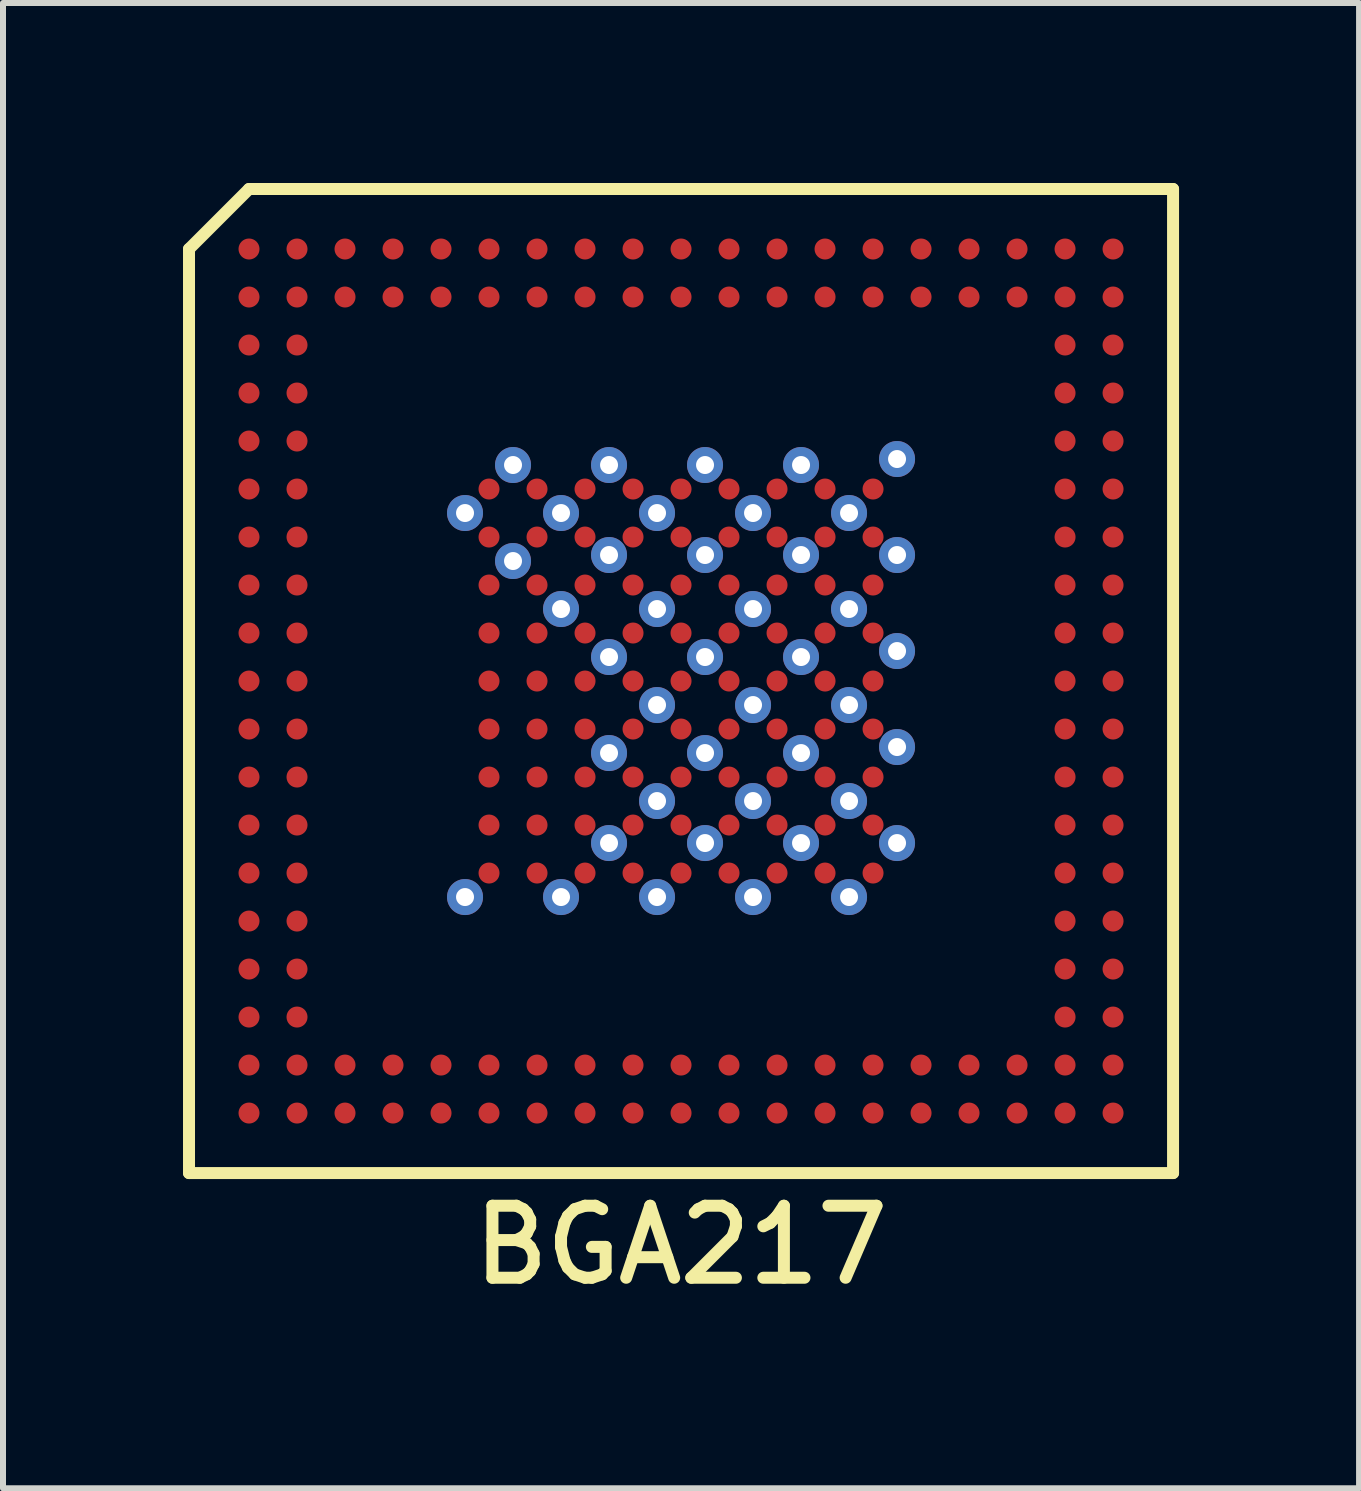
<source format=kicad_pcb>
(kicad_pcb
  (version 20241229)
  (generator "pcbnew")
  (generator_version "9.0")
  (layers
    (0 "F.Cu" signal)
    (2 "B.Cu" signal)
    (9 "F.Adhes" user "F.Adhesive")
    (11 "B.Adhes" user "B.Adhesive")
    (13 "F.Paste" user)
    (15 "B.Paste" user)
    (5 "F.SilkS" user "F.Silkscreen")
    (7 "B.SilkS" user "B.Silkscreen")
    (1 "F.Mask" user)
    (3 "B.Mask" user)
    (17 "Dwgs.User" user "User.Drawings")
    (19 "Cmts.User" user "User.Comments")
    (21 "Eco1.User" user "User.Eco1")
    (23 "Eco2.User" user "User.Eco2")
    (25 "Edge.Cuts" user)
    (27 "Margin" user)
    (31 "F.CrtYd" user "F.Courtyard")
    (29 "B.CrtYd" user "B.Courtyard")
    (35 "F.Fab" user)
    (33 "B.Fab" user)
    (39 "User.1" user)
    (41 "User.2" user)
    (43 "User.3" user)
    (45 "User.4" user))
  (footprint "BGA217"
    (layer "F.Cu")
    (at 8.3 8.3)
    (property "Reference" "BGA217" (at 0 9.4 0) (layer "F.SilkS") (effects (font (size 1.2 1.2) (thickness 0.2))))
    (attr through_hole)
    (fp_line (start -8.2 -7.2) (end -8.2 8.2) (stroke (width 0.2) (type solid)) (layer "F.SilkS"))
    (fp_line (start -8.2 8.2) (end 8.2 8.2) (stroke (width 0.2) (type solid)) (layer "F.SilkS"))
    (fp_line (start -7.2 -8.2) (end -8.2 -7.2) (stroke (width 0.2) (type solid)) (layer "F.SilkS"))
    (fp_line (start 8.2 -8.2) (end -7.2 -8.2) (stroke (width 0.2) (type solid)) (layer "F.SilkS"))
    (fp_line (start 8.2 8.2) (end 8.2 -8.2) (stroke (width 0.2) (type solid)) (layer "F.SilkS"))
    (pad "A1" smd circle (at -7.2 -7.2) (size 0.35 0.35) (layers "F.Cu" "F.Mask" "F.Paste"))
    (pad "A2" smd circle (at -6.4 -7.2) (size 0.35 0.35) (layers "F.Cu" "F.Mask" "F.Paste"))
    (pad "A3" smd circle (at -5.6 -7.2) (size 0.35 0.35) (layers "F.Cu" "F.Mask" "F.Paste"))
    (pad "A4" smd circle (at -4.8 -7.2) (size 0.35 0.35) (layers "F.Cu" "F.Mask" "F.Paste"))
    (pad "A5" smd circle (at -4 -7.2) (size 0.35 0.35) (layers "F.Cu" "F.Mask" "F.Paste"))
    (pad "A6" smd circle (at -3.2 -7.2) (size 0.35 0.35) (layers "F.Cu" "F.Mask" "F.Paste"))
    (pad "A7" smd circle (at -2.4 -7.2) (size 0.35 0.35) (layers "F.Cu" "F.Mask" "F.Paste"))
    (pad "A8" smd circle (at -1.6 -7.2) (size 0.35 0.35) (layers "F.Cu" "F.Mask" "F.Paste"))
    (pad "A9" smd circle (at -0.8 -7.2) (size 0.35 0.35) (layers "F.Cu" "F.Mask" "F.Paste"))
    (pad "A10" smd circle (at 0 -7.2) (size 0.35 0.35) (layers "F.Cu" "F.Mask" "F.Paste"))
    (pad "A11" smd circle (at 0.8 -7.2) (size 0.35 0.35) (layers "F.Cu" "F.Mask" "F.Paste"))
    (pad "A12" smd circle (at 1.6 -7.2) (size 0.35 0.35) (layers "F.Cu" "F.Mask" "F.Paste"))
    (pad "A13" smd circle (at 2.4 -7.2) (size 0.35 0.35) (layers "F.Cu" "F.Mask" "F.Paste"))
    (pad "A14" smd circle (at 3.2 -7.2) (size 0.35 0.35) (layers "F.Cu" "F.Mask" "F.Paste"))
    (pad "A15" smd circle (at 4 -7.2) (size 0.35 0.35) (layers "F.Cu" "F.Mask" "F.Paste"))
    (pad "A16" smd circle (at 4.8 -7.2) (size 0.35 0.35) (layers "F.Cu" "F.Mask" "F.Paste"))
    (pad "A17" smd circle (at 5.6 -7.2) (size 0.35 0.35) (layers "F.Cu" "F.Mask" "F.Paste"))
    (pad "A18" smd circle (at 6.4 -7.2) (size 0.35 0.35) (layers "F.Cu" "F.Mask" "F.Paste"))
    (pad "A19" smd circle (at 7.2 -7.2) (size 0.35 0.35) (layers "F.Cu" "F.Mask" "F.Paste"))
    (pad "B1" smd circle (at -7.2 -6.4) (size 0.35 0.35) (layers "F.Cu" "F.Mask" "F.Paste"))
    (pad "B2" smd circle (at -6.4 -6.4) (size 0.35 0.35) (layers "F.Cu" "F.Mask" "F.Paste"))
    (pad "B3" smd circle (at -5.6 -6.4) (size 0.35 0.35) (layers "F.Cu" "F.Mask" "F.Paste"))
    (pad "B4" smd circle (at -4.8 -6.4) (size 0.35 0.35) (layers "F.Cu" "F.Mask" "F.Paste"))
    (pad "B5" smd circle (at -4 -6.4) (size 0.35 0.35) (layers "F.Cu" "F.Mask" "F.Paste"))
    (pad "B6" smd circle (at -3.2 -6.4) (size 0.35 0.35) (layers "F.Cu" "F.Mask" "F.Paste"))
    (pad "B7" smd circle (at -2.4 -6.4) (size 0.35 0.35) (layers "F.Cu" "F.Mask" "F.Paste"))
    (pad "B8" smd circle (at -1.6 -6.4) (size 0.35 0.35) (layers "F.Cu" "F.Mask" "F.Paste"))
    (pad "B9" smd circle (at -0.8 -6.4) (size 0.35 0.35) (layers "F.Cu" "F.Mask" "F.Paste"))
    (pad "B10" smd circle (at 0 -6.4) (size 0.35 0.35) (layers "F.Cu" "F.Mask" "F.Paste"))
    (pad "B11" smd circle (at 0.8 -6.4) (size 0.35 0.35) (layers "F.Cu" "F.Mask" "F.Paste"))
    (pad "B12" smd circle (at 1.6 -6.4) (size 0.35 0.35) (layers "F.Cu" "F.Mask" "F.Paste"))
    (pad "B13" smd circle (at 2.4 -6.4) (size 0.35 0.35) (layers "F.Cu" "F.Mask" "F.Paste"))
    (pad "B14" smd circle (at 3.2 -6.4) (size 0.35 0.35) (layers "F.Cu" "F.Mask" "F.Paste"))
    (pad "B15" smd circle (at 4 -6.4) (size 0.35 0.35) (layers "F.Cu" "F.Mask" "F.Paste"))
    (pad "B16" smd circle (at 4.8 -6.4) (size 0.35 0.35) (layers "F.Cu" "F.Mask" "F.Paste"))
    (pad "B17" smd circle (at 5.6 -6.4) (size 0.35 0.35) (layers "F.Cu" "F.Mask" "F.Paste"))
    (pad "B18" smd circle (at 6.4 -6.4) (size 0.35 0.35) (layers "F.Cu" "F.Mask" "F.Paste"))
    (pad "B19" smd circle (at 7.2 -6.4) (size 0.35 0.35) (layers "F.Cu" "F.Mask" "F.Paste"))
    (pad "C1" smd circle (at -7.2 -5.6) (size 0.35 0.35) (layers "F.Cu" "F.Mask" "F.Paste"))
    (pad "C2" smd circle (at -6.4 -5.6) (size 0.35 0.35) (layers "F.Cu" "F.Mask" "F.Paste"))
    (pad "C18" smd circle (at 6.4 -5.6) (size 0.35 0.35) (layers "F.Cu" "F.Mask" "F.Paste"))
    (pad "C19" smd circle (at 7.2 -5.6) (size 0.35 0.35) (layers "F.Cu" "F.Mask" "F.Paste"))
    (pad "D1" smd circle (at -7.2 -4.8) (size 0.35 0.35) (layers "F.Cu" "F.Mask" "F.Paste"))
    (pad "D2" smd circle (at -6.4 -4.8) (size 0.35 0.35) (layers "F.Cu" "F.Mask" "F.Paste"))
    (pad "D18" smd circle (at 6.4 -4.8) (size 0.35 0.35) (layers "F.Cu" "F.Mask" "F.Paste"))
    (pad "D19" smd circle (at 7.2 -4.8) (size 0.35 0.35) (layers "F.Cu" "F.Mask" "F.Paste"))
    (pad "E1" smd circle (at -7.2 -4) (size 0.35 0.35) (layers "F.Cu" "F.Mask" "F.Paste"))
    (pad "E2" smd circle (at -6.4 -4) (size 0.35 0.35) (layers "F.Cu" "F.Mask" "F.Paste"))
    (pad "E18" smd circle (at 6.4 -4) (size 0.35 0.35) (layers "F.Cu" "F.Mask" "F.Paste"))
    (pad "E19" smd circle (at 7.2 -4) (size 0.35 0.35) (layers "F.Cu" "F.Mask" "F.Paste"))
    (pad "F1" smd circle (at -7.2 -3.2) (size 0.35 0.35) (layers "F.Cu" "F.Mask" "F.Paste"))
    (pad "F2" smd circle (at -6.4 -3.2) (size 0.35 0.35) (layers "F.Cu" "F.Mask" "F.Paste"))
    (pad "F6" smd circle (at -3.2 -3.2) (size 0.35 0.35) (layers "F.Cu" "F.Mask" "F.Paste"))
    (pad "F7" smd circle (at -2.4 -3.2) (size 0.35 0.35) (layers "F.Cu" "F.Mask" "F.Paste"))
    (pad "F8" smd circle (at -1.6 -3.2) (size 0.35 0.35) (layers "F.Cu" "F.Mask" "F.Paste"))
    (pad "F9" smd circle (at -0.8 -3.2) (size 0.35 0.35) (layers "F.Cu" "F.Mask" "F.Paste"))
    (pad "F10" smd circle (at 0 -3.2) (size 0.35 0.35) (layers "F.Cu" "F.Mask" "F.Paste"))
    (pad "F11" smd circle (at 0.8 -3.2) (size 0.35 0.35) (layers "F.Cu" "F.Mask" "F.Paste"))
    (pad "F12" smd circle (at 1.6 -3.2) (size 0.35 0.35) (layers "F.Cu" "F.Mask" "F.Paste"))
    (pad "F13" smd circle (at 2.4 -3.2) (size 0.35 0.35) (layers "F.Cu" "F.Mask" "F.Paste"))
    (pad "F14" smd circle (at 3.2 -3.2) (size 0.35 0.35) (layers "F.Cu" "F.Mask" "F.Paste"))
    (pad "F18" smd circle (at 6.4 -3.2) (size 0.35 0.35) (layers "F.Cu" "F.Mask" "F.Paste"))
    (pad "F19" smd circle (at 7.2 -3.2) (size 0.35 0.35) (layers "F.Cu" "F.Mask" "F.Paste"))
    (pad "G1" smd circle (at -7.2 -2.4) (size 0.35 0.35) (layers "F.Cu" "F.Mask" "F.Paste"))
    (pad "G2" smd circle (at -6.4 -2.4) (size 0.35 0.35) (layers "F.Cu" "F.Mask" "F.Paste"))
    (pad "G6" smd circle (at -3.2 -2.4) (size 0.35 0.35) (layers "F.Cu" "F.Mask" "F.Paste"))
    (pad "G7" smd circle (at -2.4 -2.4) (size 0.35 0.35) (layers "F.Cu" "F.Mask" "F.Paste"))
    (pad "G8" smd circle (at -1.6 -2.4) (size 0.35 0.35) (layers "F.Cu" "F.Mask" "F.Paste"))
    (pad "G9" smd circle (at -0.8 -2.4) (size 0.35 0.35) (layers "F.Cu" "F.Mask" "F.Paste"))
    (pad "G10" smd circle (at 0 -2.4) (size 0.35 0.35) (layers "F.Cu" "F.Mask" "F.Paste"))
    (pad "G11" smd circle (at 0.8 -2.4) (size 0.35 0.35) (layers "F.Cu" "F.Mask" "F.Paste"))
    (pad "G12" smd circle (at 1.6 -2.4) (size 0.35 0.35) (layers "F.Cu" "F.Mask" "F.Paste"))
    (pad "G13" smd circle (at 2.4 -2.4) (size 0.35 0.35) (layers "F.Cu" "F.Mask" "F.Paste"))
    (pad "G14" smd circle (at 3.2 -2.4) (size 0.35 0.35) (layers "F.Cu" "F.Mask" "F.Paste"))
    (pad "G18" smd circle (at 6.4 -2.4) (size 0.35 0.35) (layers "F.Cu" "F.Mask" "F.Paste"))
    (pad "G19" smd circle (at 7.2 -2.4) (size 0.35 0.35) (layers "F.Cu" "F.Mask" "F.Paste"))
    (pad "GND" thru_hole circle (at -3.6 -2.8) (size 0.6 0.6) (drill 0.3) (layers "*.Cu"))
    (pad "GND" thru_hole circle (at -3.6 3.6) (size 0.6 0.6) (drill 0.3) (layers "*.Cu"))
    (pad "GND" thru_hole circle (at -2.8 -3.6) (size 0.6 0.6) (drill 0.3) (layers "*.Cu"))
    (pad "GND" thru_hole circle (at -2.8 -2) (size 0.6 0.6) (drill 0.3) (layers "*.Cu"))
    (pad "GND" thru_hole circle (at -2 -2.8) (size 0.6 0.6) (drill 0.3) (layers "*.Cu"))
    (pad "GND" thru_hole circle (at -2 -1.2) (size 0.6 0.6) (drill 0.3) (layers "*.Cu"))
    (pad "GND" thru_hole circle (at -2 3.6) (size 0.6 0.6) (drill 0.3) (layers "*.Cu"))
    (pad "GND" thru_hole circle (at -1.2 -3.6) (size 0.6 0.6) (drill 0.3) (layers "*.Cu"))
    (pad "GND" thru_hole circle (at -1.2 -2.1) (size 0.6 0.6) (drill 0.3) (layers "*.Cu"))
    (pad "GND" thru_hole circle (at -1.2 -0.4) (size 0.6 0.6) (drill 0.3) (layers "*.Cu"))
    (pad "GND" thru_hole circle (at -1.2 1.2) (size 0.6 0.6) (drill 0.3) (layers "*.Cu"))
    (pad "GND" thru_hole circle (at -1.2 2.7) (size 0.6 0.6) (drill 0.3) (layers "*.Cu"))
    (pad "GND" thru_hole circle (at -0.4 -2.8) (size 0.6 0.6) (drill 0.3) (layers "*.Cu"))
    (pad "GND" thru_hole circle (at -0.4 -1.2) (size 0.6 0.6) (drill 0.3) (layers "*.Cu"))
    (pad "GND" thru_hole circle (at -0.4 0.4) (size 0.6 0.6) (drill 0.3) (layers "*.Cu"))
    (pad "GND" thru_hole circle (at -0.4 2) (size 0.6 0.6) (drill 0.3) (layers "*.Cu"))
    (pad "GND" thru_hole circle (at -0.4 3.6) (size 0.6 0.6) (drill 0.3) (layers "*.Cu"))
    (pad "GND" thru_hole circle (at 0.4 -3.6) (size 0.6 0.6) (drill 0.3) (layers "*.Cu"))
    (pad "GND" thru_hole circle (at 0.4 -2.1) (size 0.6 0.6) (drill 0.3) (layers "*.Cu"))
    (pad "GND" thru_hole circle (at 0.4 -0.4) (size 0.6 0.6) (drill 0.3) (layers "*.Cu"))
    (pad "GND" thru_hole circle (at 0.4 1.2) (size 0.6 0.6) (drill 0.3) (layers "*.Cu"))
    (pad "GND" thru_hole circle (at 0.4 2.7) (size 0.6 0.6) (drill 0.3) (layers "*.Cu"))
    (pad "GND" thru_hole circle (at 1.2 -2.8) (size 0.6 0.6) (drill 0.3) (layers "*.Cu"))
    (pad "GND" thru_hole circle (at 1.2 -1.2) (size 0.6 0.6) (drill 0.3) (layers "*.Cu"))
    (pad "GND" thru_hole circle (at 1.2 0.4) (size 0.6 0.6) (drill 0.3) (layers "*.Cu"))
    (pad "GND" thru_hole circle (at 1.2 2) (size 0.6 0.6) (drill 0.3) (layers "*.Cu"))
    (pad "GND" thru_hole circle (at 1.2 3.6) (size 0.6 0.6) (drill 0.3) (layers "*.Cu"))
    (pad "GND" thru_hole circle (at 2 -3.6) (size 0.6 0.6) (drill 0.3) (layers "*.Cu"))
    (pad "GND" thru_hole circle (at 2 -2.1) (size 0.6 0.6) (drill 0.3) (layers "*.Cu"))
    (pad "GND" thru_hole circle (at 2 -0.4) (size 0.6 0.6) (drill 0.3) (layers "*.Cu"))
    (pad "GND" thru_hole circle (at 2 1.2) (size 0.6 0.6) (drill 0.3) (layers "*.Cu"))
    (pad "GND" thru_hole circle (at 2 2.7) (size 0.6 0.6) (drill 0.3) (layers "*.Cu"))
    (pad "GND" thru_hole circle (at 2.8 -2.8) (size 0.6 0.6) (drill 0.3) (layers "*.Cu"))
    (pad "GND" thru_hole circle (at 2.8 -1.2) (size 0.6 0.6) (drill 0.3) (layers "*.Cu"))
    (pad "GND" thru_hole circle (at 2.8 0.4) (size 0.6 0.6) (drill 0.3) (layers "*.Cu"))
    (pad "GND" thru_hole circle (at 2.8 2) (size 0.6 0.6) (drill 0.3) (layers "*.Cu"))
    (pad "GND" thru_hole circle (at 2.8 3.6) (size 0.6 0.6) (drill 0.3) (layers "*.Cu"))
    (pad "GND" thru_hole circle (at 3.6 -3.7) (size 0.6 0.6) (drill 0.3) (layers "*.Cu"))
    (pad "GND" thru_hole circle (at 3.6 -2.1) (size 0.6 0.6) (drill 0.3) (layers "*.Cu"))
    (pad "GND" thru_hole circle (at 3.6 -0.5) (size 0.6 0.6) (drill 0.3) (layers "*.Cu"))
    (pad "GND" thru_hole circle (at 3.6 1.1) (size 0.6 0.6) (drill 0.3) (layers "*.Cu"))
    (pad "GND" thru_hole circle (at 3.6 2.7) (size 0.6 0.6) (drill 0.3) (layers "*.Cu"))
    (pad "H1" smd circle (at -7.2 -1.6) (size 0.35 0.35) (layers "F.Cu" "F.Mask" "F.Paste"))
    (pad "H2" smd circle (at -6.4 -1.6) (size 0.35 0.35) (layers "F.Cu" "F.Mask" "F.Paste"))
    (pad "H6" smd circle (at -3.2 -1.6) (size 0.35 0.35) (layers "F.Cu" "F.Mask" "F.Paste"))
    (pad "H7" smd circle (at -2.4 -1.6) (size 0.35 0.35) (layers "F.Cu" "F.Mask" "F.Paste"))
    (pad "H8" smd circle (at -1.6 -1.6) (size 0.35 0.35) (layers "F.Cu" "F.Mask" "F.Paste"))
    (pad "H9" smd circle (at -0.8 -1.6) (size 0.35 0.35) (layers "F.Cu" "F.Mask" "F.Paste"))
    (pad "H10" smd circle (at 0 -1.6) (size 0.35 0.35) (layers "F.Cu" "F.Mask" "F.Paste"))
    (pad "H11" smd circle (at 0.8 -1.6) (size 0.35 0.35) (layers "F.Cu" "F.Mask" "F.Paste"))
    (pad "H12" smd circle (at 1.6 -1.6) (size 0.35 0.35) (layers "F.Cu" "F.Mask" "F.Paste"))
    (pad "H13" smd circle (at 2.4 -1.6) (size 0.35 0.35) (layers "F.Cu" "F.Mask" "F.Paste"))
    (pad "H14" smd circle (at 3.2 -1.6) (size 0.35 0.35) (layers "F.Cu" "F.Mask" "F.Paste"))
    (pad "H18" smd circle (at 6.4 -1.6) (size 0.35 0.35) (layers "F.Cu" "F.Mask" "F.Paste"))
    (pad "H19" smd circle (at 7.2 -1.6) (size 0.35 0.35) (layers "F.Cu" "F.Mask" "F.Paste"))
    (pad "J1" smd circle (at -7.2 -0.8) (size 0.35 0.35) (layers "F.Cu" "F.Mask" "F.Paste"))
    (pad "J2" smd circle (at -6.4 -0.8) (size 0.35 0.35) (layers "F.Cu" "F.Mask" "F.Paste"))
    (pad "J6" smd circle (at -3.2 -0.8) (size 0.35 0.35) (layers "F.Cu" "F.Mask" "F.Paste"))
    (pad "J7" smd circle (at -2.4 -0.8) (size 0.35 0.35) (layers "F.Cu" "F.Mask" "F.Paste"))
    (pad "J8" smd circle (at -1.6 -0.8) (size 0.35 0.35) (layers "F.Cu" "F.Mask" "F.Paste"))
    (pad "J9" smd circle (at -0.8 -0.8) (size 0.35 0.35) (layers "F.Cu" "F.Mask" "F.Paste"))
    (pad "J10" smd circle (at 0 -0.8) (size 0.35 0.35) (layers "F.Cu" "F.Mask" "F.Paste"))
    (pad "J11" smd circle (at 0.8 -0.8) (size 0.35 0.35) (layers "F.Cu" "F.Mask" "F.Paste"))
    (pad "J12" smd circle (at 1.6 -0.8) (size 0.35 0.35) (layers "F.Cu" "F.Mask" "F.Paste"))
    (pad "J13" smd circle (at 2.4 -0.8) (size 0.35 0.35) (layers "F.Cu" "F.Mask" "F.Paste"))
    (pad "J14" smd circle (at 3.2 -0.8) (size 0.35 0.35) (layers "F.Cu" "F.Mask" "F.Paste"))
    (pad "J18" smd circle (at 6.4 -0.8) (size 0.35 0.35) (layers "F.Cu" "F.Mask" "F.Paste"))
    (pad "J19" smd circle (at 7.2 -0.8) (size 0.35 0.35) (layers "F.Cu" "F.Mask" "F.Paste"))
    (pad "K1" smd circle (at -7.2 0) (size 0.35 0.35) (layers "F.Cu" "F.Mask" "F.Paste"))
    (pad "K2" smd circle (at -6.4 0) (size 0.35 0.35) (layers "F.Cu" "F.Mask" "F.Paste"))
    (pad "K6" smd circle (at -3.2 0) (size 0.35 0.35) (layers "F.Cu" "F.Mask" "F.Paste"))
    (pad "K7" smd circle (at -2.4 0) (size 0.35 0.35) (layers "F.Cu" "F.Mask" "F.Paste"))
    (pad "K8" smd circle (at -1.6 0) (size 0.35 0.35) (layers "F.Cu" "F.Mask" "F.Paste"))
    (pad "K9" smd circle (at -0.8 0) (size 0.35 0.35) (layers "F.Cu" "F.Mask" "F.Paste"))
    (pad "K10" smd circle (at 0 0) (size 0.35 0.35) (layers "F.Cu" "F.Mask" "F.Paste"))
    (pad "K11" smd circle (at 0.8 0) (size 0.35 0.35) (layers "F.Cu" "F.Mask" "F.Paste"))
    (pad "K12" smd circle (at 1.6 0) (size 0.35 0.35) (layers "F.Cu" "F.Mask" "F.Paste"))
    (pad "K13" smd circle (at 2.4 0) (size 0.35 0.35) (layers "F.Cu" "F.Mask" "F.Paste"))
    (pad "K14" smd circle (at 3.2 0) (size 0.35 0.35) (layers "F.Cu" "F.Mask" "F.Paste"))
    (pad "K18" smd circle (at 6.4 0) (size 0.35 0.35) (layers "F.Cu" "F.Mask" "F.Paste"))
    (pad "K19" smd circle (at 7.2 0) (size 0.35 0.35) (layers "F.Cu" "F.Mask" "F.Paste"))
    (pad "L1" smd circle (at -7.2 0.8) (size 0.35 0.35) (layers "F.Cu" "F.Mask" "F.Paste"))
    (pad "L2" smd circle (at -6.4 0.8) (size 0.35 0.35) (layers "F.Cu" "F.Mask" "F.Paste"))
    (pad "L6" smd circle (at -3.2 0.8) (size 0.35 0.35) (layers "F.Cu" "F.Mask" "F.Paste"))
    (pad "L7" smd circle (at -2.4 0.8) (size 0.35 0.35) (layers "F.Cu" "F.Mask" "F.Paste"))
    (pad "L8" smd circle (at -1.6 0.8) (size 0.35 0.35) (layers "F.Cu" "F.Mask" "F.Paste"))
    (pad "L9" smd circle (at -0.8 0.8) (size 0.35 0.35) (layers "F.Cu" "F.Mask" "F.Paste"))
    (pad "L10" smd circle (at 0 0.8) (size 0.35 0.35) (layers "F.Cu" "F.Mask" "F.Paste"))
    (pad "L11" smd circle (at 0.8 0.8) (size 0.35 0.35) (layers "F.Cu" "F.Mask" "F.Paste"))
    (pad "L12" smd circle (at 1.6 0.8) (size 0.35 0.35) (layers "F.Cu" "F.Mask" "F.Paste"))
    (pad "L13" smd circle (at 2.4 0.8) (size 0.35 0.35) (layers "F.Cu" "F.Mask" "F.Paste"))
    (pad "L14" smd circle (at 3.2 0.8) (size 0.35 0.35) (layers "F.Cu" "F.Mask" "F.Paste"))
    (pad "L18" smd circle (at 6.4 0.8) (size 0.35 0.35) (layers "F.Cu" "F.Mask" "F.Paste"))
    (pad "L19" smd circle (at 7.2 0.8) (size 0.35 0.35) (layers "F.Cu" "F.Mask" "F.Paste"))
    (pad "M1" smd circle (at -7.2 1.6) (size 0.35 0.35) (layers "F.Cu" "F.Mask" "F.Paste"))
    (pad "M2" smd circle (at -6.4 1.6) (size 0.35 0.35) (layers "F.Cu" "F.Mask" "F.Paste"))
    (pad "M6" smd circle (at -3.2 1.6) (size 0.35 0.35) (layers "F.Cu" "F.Mask" "F.Paste"))
    (pad "M7" smd circle (at -2.4 1.6) (size 0.35 0.35) (layers "F.Cu" "F.Mask" "F.Paste"))
    (pad "M8" smd circle (at -1.6 1.6) (size 0.35 0.35) (layers "F.Cu" "F.Mask" "F.Paste"))
    (pad "M9" smd circle (at -0.8 1.6) (size 0.35 0.35) (layers "F.Cu" "F.Mask" "F.Paste"))
    (pad "M10" smd circle (at 0 1.6) (size 0.35 0.35) (layers "F.Cu" "F.Mask" "F.Paste"))
    (pad "M11" smd circle (at 0.8 1.6) (size 0.35 0.35) (layers "F.Cu" "F.Mask" "F.Paste"))
    (pad "M12" smd circle (at 1.6 1.6) (size 0.35 0.35) (layers "F.Cu" "F.Mask" "F.Paste"))
    (pad "M13" smd circle (at 2.4 1.6) (size 0.35 0.35) (layers "F.Cu" "F.Mask" "F.Paste"))
    (pad "M14" smd circle (at 3.2 1.6) (size 0.35 0.35) (layers "F.Cu" "F.Mask" "F.Paste"))
    (pad "M18" smd circle (at 6.4 1.6) (size 0.35 0.35) (layers "F.Cu" "F.Mask" "F.Paste"))
    (pad "M19" smd circle (at 7.2 1.6) (size 0.35 0.35) (layers "F.Cu" "F.Mask" "F.Paste"))
    (pad "N1" smd circle (at -7.2 2.4) (size 0.35 0.35) (layers "F.Cu" "F.Mask" "F.Paste"))
    (pad "N2" smd circle (at -6.4 2.4) (size 0.35 0.35) (layers "F.Cu" "F.Mask" "F.Paste"))
    (pad "N6" smd circle (at -3.2 2.4) (size 0.35 0.35) (layers "F.Cu" "F.Mask" "F.Paste"))
    (pad "N7" smd circle (at -2.4 2.4) (size 0.35 0.35) (layers "F.Cu" "F.Mask" "F.Paste"))
    (pad "N8" smd circle (at -1.6 2.4) (size 0.35 0.35) (layers "F.Cu" "F.Mask" "F.Paste"))
    (pad "N9" smd circle (at -0.8 2.4) (size 0.35 0.35) (layers "F.Cu" "F.Mask" "F.Paste"))
    (pad "N10" smd circle (at 0 2.4) (size 0.35 0.35) (layers "F.Cu" "F.Mask" "F.Paste"))
    (pad "N11" smd circle (at 0.8 2.4) (size 0.35 0.35) (layers "F.Cu" "F.Mask" "F.Paste"))
    (pad "N12" smd circle (at 1.6 2.4) (size 0.35 0.35) (layers "F.Cu" "F.Mask" "F.Paste"))
    (pad "N13" smd circle (at 2.4 2.4) (size 0.35 0.35) (layers "F.Cu" "F.Mask" "F.Paste"))
    (pad "N14" smd circle (at 3.2 2.4) (size 0.35 0.35) (layers "F.Cu" "F.Mask" "F.Paste"))
    (pad "N18" smd circle (at 6.4 2.4) (size 0.35 0.35) (layers "F.Cu" "F.Mask" "F.Paste"))
    (pad "N19" smd circle (at 7.2 2.4) (size 0.35 0.35) (layers "F.Cu" "F.Mask" "F.Paste"))
    (pad "P1" smd circle (at -7.2 3.2) (size 0.35 0.35) (layers "F.Cu" "F.Mask" "F.Paste"))
    (pad "P2" smd circle (at -6.4 3.2) (size 0.35 0.35) (layers "F.Cu" "F.Mask" "F.Paste"))
    (pad "P6" smd circle (at -3.2 3.2) (size 0.35 0.35) (layers "F.Cu" "F.Mask" "F.Paste"))
    (pad "P7" smd circle (at -2.4 3.2) (size 0.35 0.35) (layers "F.Cu" "F.Mask" "F.Paste"))
    (pad "P8" smd circle (at -1.6 3.2) (size 0.35 0.35) (layers "F.Cu" "F.Mask" "F.Paste"))
    (pad "P9" smd circle (at -0.8 3.2) (size 0.35 0.35) (layers "F.Cu" "F.Mask" "F.Paste"))
    (pad "P10" smd circle (at 0 3.2) (size 0.35 0.35) (layers "F.Cu" "F.Mask" "F.Paste"))
    (pad "P11" smd circle (at 0.8 3.2) (size 0.35 0.35) (layers "F.Cu" "F.Mask" "F.Paste"))
    (pad "P12" smd circle (at 1.6 3.2) (size 0.35 0.35) (layers "F.Cu" "F.Mask" "F.Paste"))
    (pad "P13" smd circle (at 2.4 3.2) (size 0.35 0.35) (layers "F.Cu" "F.Mask" "F.Paste"))
    (pad "P14" smd circle (at 3.2 3.2) (size 0.35 0.35) (layers "F.Cu" "F.Mask" "F.Paste"))
    (pad "P18" smd circle (at 6.4 3.2) (size 0.35 0.35) (layers "F.Cu" "F.Mask" "F.Paste"))
    (pad "P19" smd circle (at 7.2 3.2) (size 0.35 0.35) (layers "F.Cu" "F.Mask" "F.Paste"))
    (pad "R1" smd circle (at -7.2 4) (size 0.35 0.35) (layers "F.Cu" "F.Mask" "F.Paste"))
    (pad "R2" smd circle (at -6.4 4) (size 0.35 0.35) (layers "F.Cu" "F.Mask" "F.Paste"))
    (pad "R18" smd circle (at 6.4 4) (size 0.35 0.35) (layers "F.Cu" "F.Mask" "F.Paste"))
    (pad "R19" smd circle (at 7.2 4) (size 0.35 0.35) (layers "F.Cu" "F.Mask" "F.Paste"))
    (pad "T1" smd circle (at -7.2 4.8) (size 0.35 0.35) (layers "F.Cu" "F.Mask" "F.Paste"))
    (pad "T2" smd circle (at -6.4 4.8) (size 0.35 0.35) (layers "F.Cu" "F.Mask" "F.Paste"))
    (pad "T18" smd circle (at 6.4 4.8) (size 0.35 0.35) (layers "F.Cu" "F.Mask" "F.Paste"))
    (pad "T19" smd circle (at 7.2 4.8) (size 0.35 0.35) (layers "F.Cu" "F.Mask" "F.Paste"))
    (pad "U1" smd circle (at -7.2 5.6) (size 0.35 0.35) (layers "F.Cu" "F.Mask" "F.Paste"))
    (pad "U2" smd circle (at -6.4 5.6) (size 0.35 0.35) (layers "F.Cu" "F.Mask" "F.Paste"))
    (pad "U18" smd circle (at 6.4 5.6) (size 0.35 0.35) (layers "F.Cu" "F.Mask" "F.Paste"))
    (pad "U19" smd circle (at 7.2 5.6) (size 0.35 0.35) (layers "F.Cu" "F.Mask" "F.Paste"))
    (pad "V1" smd circle (at -7.2 6.4) (size 0.35 0.35) (layers "F.Cu" "F.Mask" "F.Paste"))
    (pad "V2" smd circle (at -6.4 6.4) (size 0.35 0.35) (layers "F.Cu" "F.Mask" "F.Paste"))
    (pad "V3" smd circle (at -5.6 6.4) (size 0.35 0.35) (layers "F.Cu" "F.Mask" "F.Paste"))
    (pad "V4" smd circle (at -4.8 6.4) (size 0.35 0.35) (layers "F.Cu" "F.Mask" "F.Paste"))
    (pad "V5" smd circle (at -4 6.4) (size 0.35 0.35) (layers "F.Cu" "F.Mask" "F.Paste"))
    (pad "V6" smd circle (at -3.2 6.4) (size 0.35 0.35) (layers "F.Cu" "F.Mask" "F.Paste"))
    (pad "V7" smd circle (at -2.4 6.4) (size 0.35 0.35) (layers "F.Cu" "F.Mask" "F.Paste"))
    (pad "V8" smd circle (at -1.6 6.4) (size 0.35 0.35) (layers "F.Cu" "F.Mask" "F.Paste"))
    (pad "V9" smd circle (at -0.8 6.4) (size 0.35 0.35) (layers "F.Cu" "F.Mask" "F.Paste"))
    (pad "V10" smd circle (at 0 6.4) (size 0.35 0.35) (layers "F.Cu" "F.Mask" "F.Paste"))
    (pad "V11" smd circle (at 0.8 6.4) (size 0.35 0.35) (layers "F.Cu" "F.Mask" "F.Paste"))
    (pad "V12" smd circle (at 1.6 6.4) (size 0.35 0.35) (layers "F.Cu" "F.Mask" "F.Paste"))
    (pad "V13" smd circle (at 2.4 6.4) (size 0.35 0.35) (layers "F.Cu" "F.Mask" "F.Paste"))
    (pad "V14" smd circle (at 3.2 6.4) (size 0.35 0.35) (layers "F.Cu" "F.Mask" "F.Paste"))
    (pad "V15" smd circle (at 4 6.4) (size 0.35 0.35) (layers "F.Cu" "F.Mask" "F.Paste"))
    (pad "V16" smd circle (at 4.8 6.4) (size 0.35 0.35) (layers "F.Cu" "F.Mask" "F.Paste"))
    (pad "V17" smd circle (at 5.6 6.4) (size 0.35 0.35) (layers "F.Cu" "F.Mask" "F.Paste"))
    (pad "V18" smd circle (at 6.4 6.4) (size 0.35 0.35) (layers "F.Cu" "F.Mask" "F.Paste"))
    (pad "V19" smd circle (at 7.2 6.4) (size 0.35 0.35) (layers "F.Cu" "F.Mask" "F.Paste"))
    (pad "W1" smd circle (at -7.2 7.2) (size 0.35 0.35) (layers "F.Cu" "F.Mask" "F.Paste"))
    (pad "W2" smd circle (at -6.4 7.2) (size 0.35 0.35) (layers "F.Cu" "F.Mask" "F.Paste"))
    (pad "W3" smd circle (at -5.6 7.2) (size 0.35 0.35) (layers "F.Cu" "F.Mask" "F.Paste"))
    (pad "W4" smd circle (at -4.8 7.2) (size 0.35 0.35) (layers "F.Cu" "F.Mask" "F.Paste"))
    (pad "W5" smd circle (at -4 7.2) (size 0.35 0.35) (layers "F.Cu" "F.Mask" "F.Paste"))
    (pad "W6" smd circle (at -3.2 7.2) (size 0.35 0.35) (layers "F.Cu" "F.Mask" "F.Paste"))
    (pad "W7" smd circle (at -2.4 7.2) (size 0.35 0.35) (layers "F.Cu" "F.Mask" "F.Paste"))
    (pad "W8" smd circle (at -1.6 7.2) (size 0.35 0.35) (layers "F.Cu" "F.Mask" "F.Paste"))
    (pad "W9" smd circle (at -0.8 7.2) (size 0.35 0.35) (layers "F.Cu" "F.Mask" "F.Paste"))
    (pad "W10" smd circle (at 0 7.2) (size 0.35 0.35) (layers "F.Cu" "F.Mask" "F.Paste"))
    (pad "W11" smd circle (at 0.8 7.2) (size 0.35 0.35) (layers "F.Cu" "F.Mask" "F.Paste"))
    (pad "W12" smd circle (at 1.6 7.2) (size 0.35 0.35) (layers "F.Cu" "F.Mask" "F.Paste"))
    (pad "W13" smd circle (at 2.4 7.2) (size 0.35 0.35) (layers "F.Cu" "F.Mask" "F.Paste"))
    (pad "W14" smd circle (at 3.2 7.2) (size 0.35 0.35) (layers "F.Cu" "F.Mask" "F.Paste"))
    (pad "W15" smd circle (at 4 7.2) (size 0.35 0.35) (layers "F.Cu" "F.Mask" "F.Paste"))
    (pad "W16" smd circle (at 4.8 7.2) (size 0.35 0.35) (layers "F.Cu" "F.Mask" "F.Paste"))
    (pad "W17" smd circle (at 5.6 7.2) (size 0.35 0.35) (layers "F.Cu" "F.Mask" "F.Paste"))
    (pad "W18" smd circle (at 6.4 7.2) (size 0.35 0.35) (layers "F.Cu" "F.Mask" "F.Paste"))
    (pad "W19" smd circle (at 7.2 7.2) (size 0.35 0.35) (layers "F.Cu" "F.Mask" "F.Paste")))
  (gr_rect
    (start -3 -3)
    (end 19.6 21.753)
    (stroke (width 0.1) (type default))
    (fill no)
    (layer "Edge.Cuts")))
</source>
